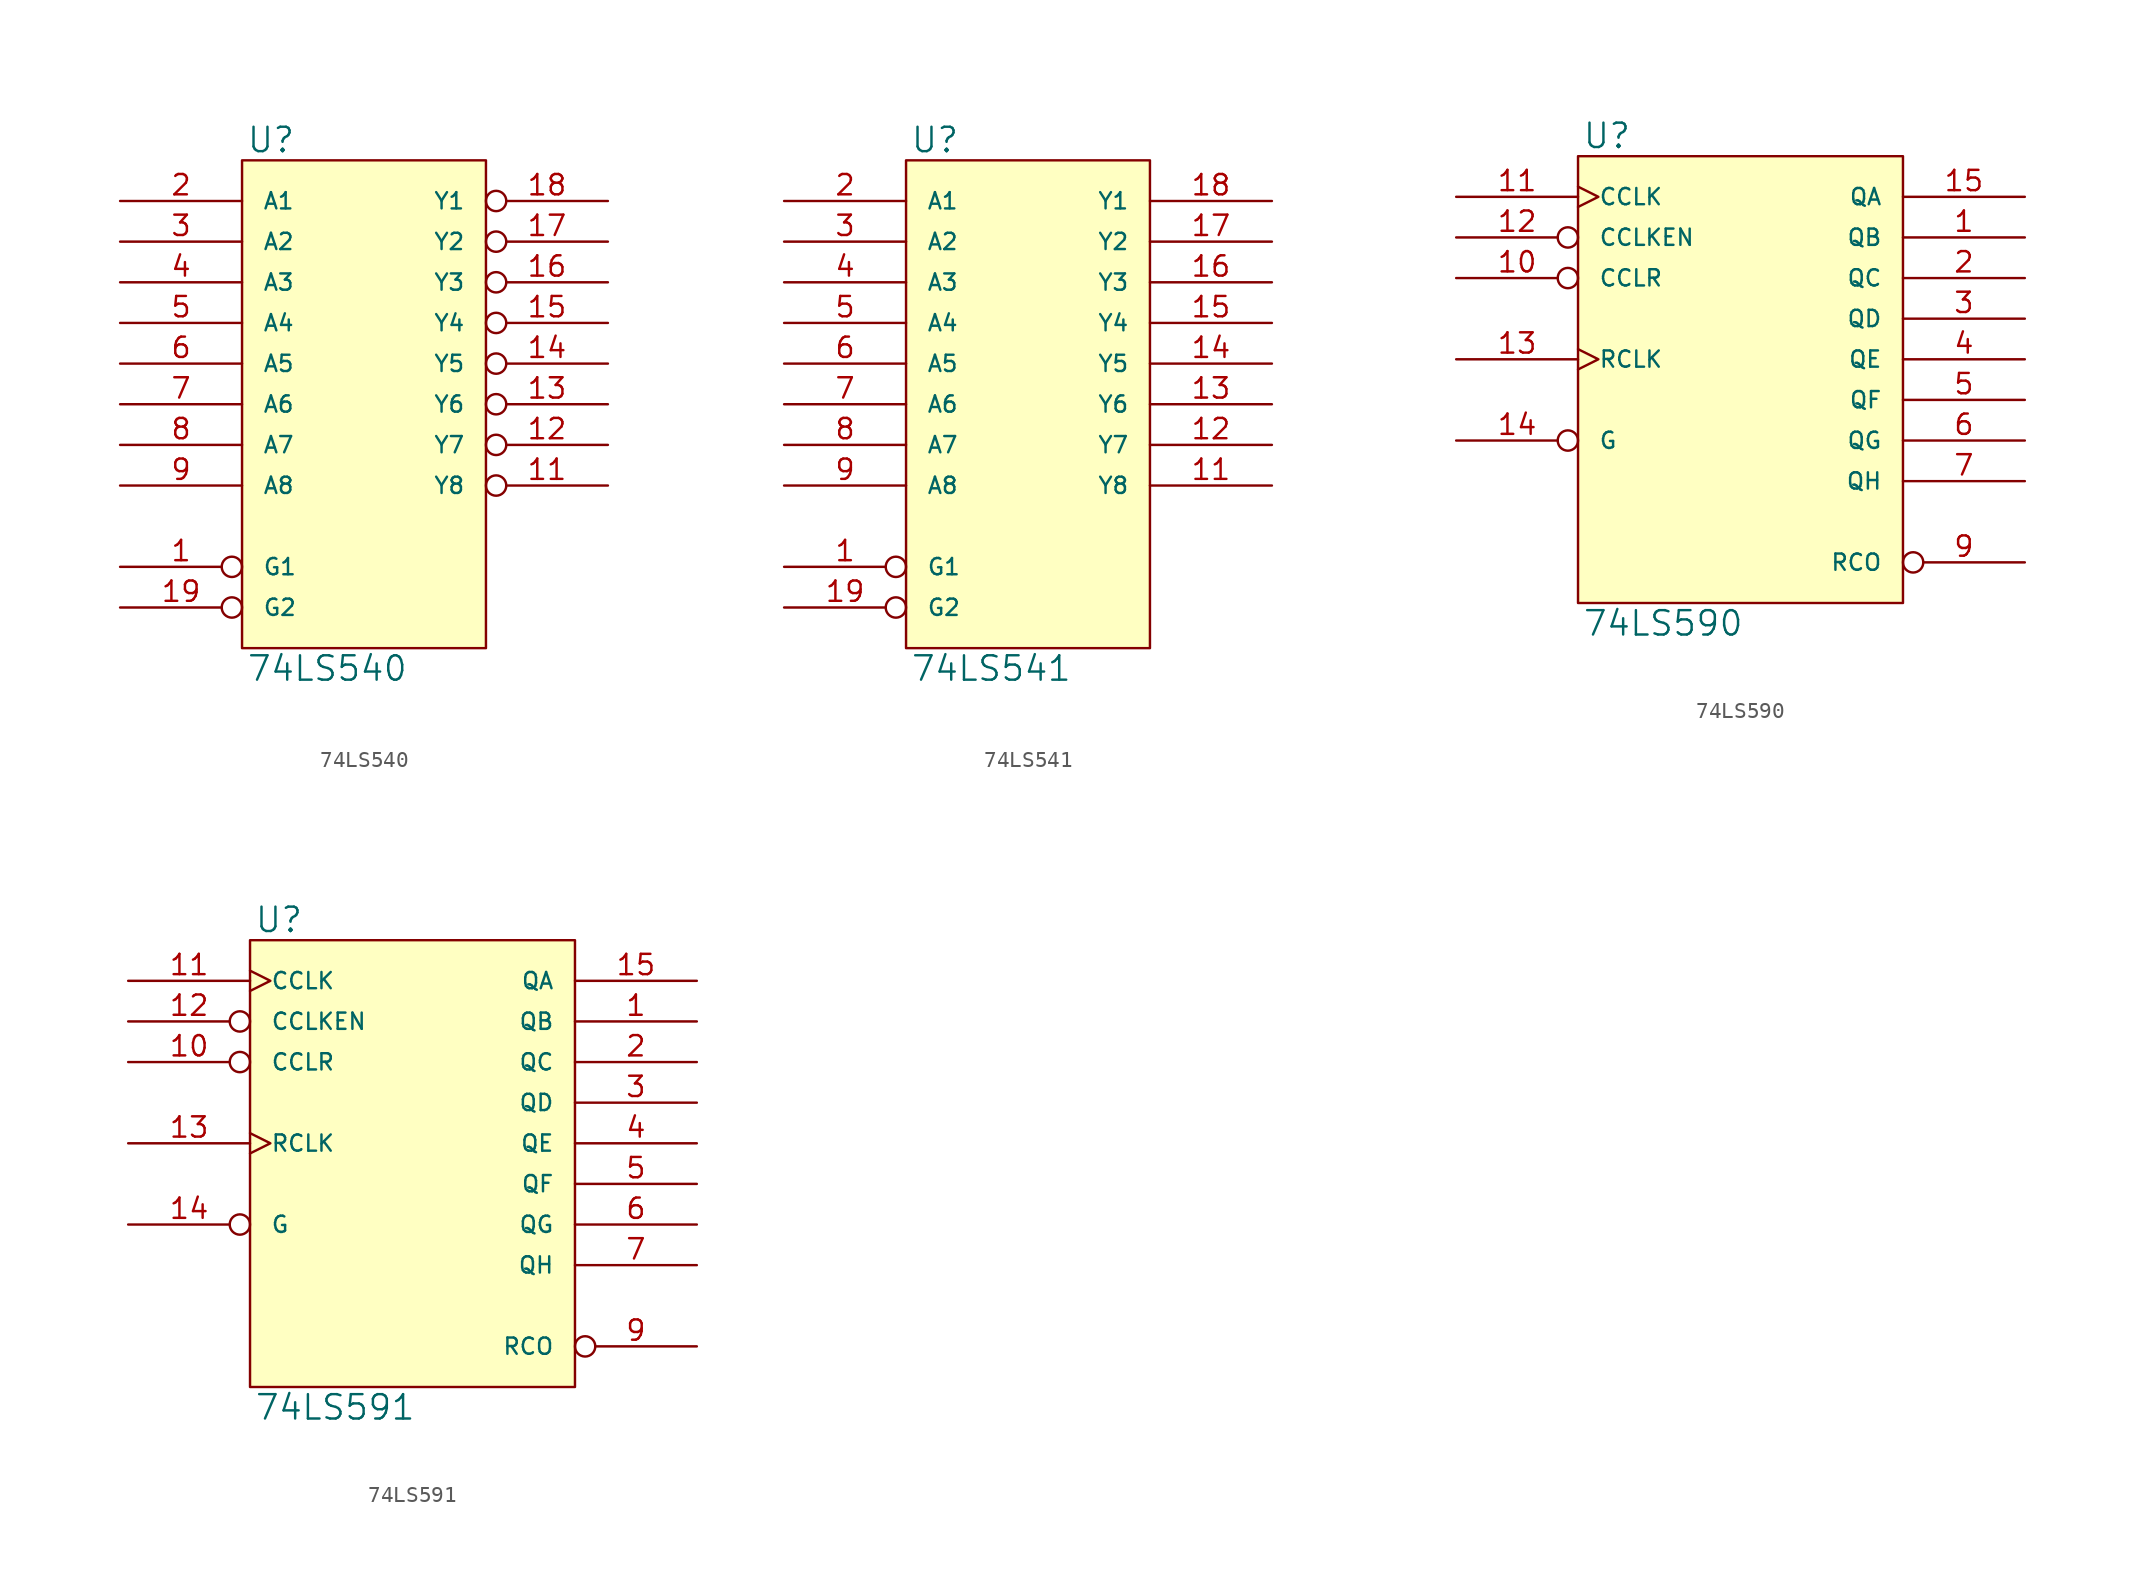
<source format=kicad_sym>
(kicad_symbol_lib
  (version 20231120)
  (generator "kicad_symbol_editor")
  (generator_version "8.0")
  (symbol "74LS540"
    (pin_names
      (offset 1.27))
    (property "Reference" "U"
      (at 0.254 0.381 0)
      (effects (font (size 1.524 1.524)) (justify left bottom)))
    (property "Value" "74LS540"
      (at 0.254 -30.861 0)
      (effects (font (size 1.524 1.524)) (justify left top)))
    (symbol "74LS540_0_1"
      (rectangle (start 0 0) (end 15.24 -30.48) (stroke (width 0) (type solid)) (fill (type background))))
    (symbol "74LS540_1_1"
      (pin input inverted (at -7.62 -25.4 0) (length 7.62) (name "G1" (effects (font (size 1.016 1.016)))) (number "1" (effects (font (size 1.27 1.27)))))
      (pin power_in line (at 0 -30.48 90) (length 0) hide (name "GND" (effects (font (size 1.016 1.016)))) (number "10" (effects (font (size 1.27 1.27)))))
      (pin tri_state inverted (at 22.86 -20.32 180) (length 7.62) (name "Y8" (effects (font (size 1.016 1.016)))) (number "11" (effects (font (size 1.27 1.27)))))
      (pin tri_state inverted (at 22.86 -17.78 180) (length 7.62) (name "Y7" (effects (font (size 1.016 1.016)))) (number "12" (effects (font (size 1.27 1.27)))))
      (pin tri_state inverted (at 22.86 -15.24 180) (length 7.62) (name "Y6" (effects (font (size 1.016 1.016)))) (number "13" (effects (font (size 1.27 1.27)))))
      (pin tri_state inverted (at 22.86 -12.7 180) (length 7.62) (name "Y5" (effects (font (size 1.016 1.016)))) (number "14" (effects (font (size 1.27 1.27)))))
      (pin tri_state inverted (at 22.86 -10.16 180) (length 7.62) (name "Y4" (effects (font (size 1.016 1.016)))) (number "15" (effects (font (size 1.27 1.27)))))
      (pin tri_state inverted (at 22.86 -7.62 180) (length 7.62) (name "Y3" (effects (font (size 1.016 1.016)))) (number "16" (effects (font (size 1.27 1.27)))))
      (pin tri_state inverted (at 22.86 -5.08 180) (length 7.62) (name "Y2" (effects (font (size 1.016 1.016)))) (number "17" (effects (font (size 1.27 1.27)))))
      (pin tri_state inverted (at 22.86 -2.54 180) (length 7.62) (name "Y1" (effects (font (size 1.016 1.016)))) (number "18" (effects (font (size 1.27 1.27)))))
      (pin input inverted (at -7.62 -27.94 0) (length 7.62) (name "G2" (effects (font (size 1.016 1.016)))) (number "19" (effects (font (size 1.27 1.27)))))
      (pin input line (at -7.62 -2.54 0) (length 7.62) (name "A1" (effects (font (size 1.016 1.016)))) (number "2" (effects (font (size 1.27 1.27)))))
      (pin power_in line (at 0 0 270) (length 0) hide (name "VCC" (effects (font (size 1.016 1.016)))) (number "20" (effects (font (size 1.27 1.27)))))
      (pin input line (at -7.62 -5.08 0) (length 7.62) (name "A2" (effects (font (size 1.016 1.016)))) (number "3" (effects (font (size 1.27 1.27)))))
      (pin input line (at -7.62 -7.62 0) (length 7.62) (name "A3" (effects (font (size 1.016 1.016)))) (number "4" (effects (font (size 1.27 1.27)))))
      (pin input line (at -7.62 -10.16 0) (length 7.62) (name "A4" (effects (font (size 1.016 1.016)))) (number "5" (effects (font (size 1.27 1.27)))))
      (pin input line (at -7.62 -12.7 0) (length 7.62) (name "A5" (effects (font (size 1.016 1.016)))) (number "6" (effects (font (size 1.27 1.27)))))
      (pin input line (at -7.62 -15.24 0) (length 7.62) (name "A6" (effects (font (size 1.016 1.016)))) (number "7" (effects (font (size 1.27 1.27)))))
      (pin input line (at -7.62 -17.78 0) (length 7.62) (name "A7" (effects (font (size 1.016 1.016)))) (number "8" (effects (font (size 1.27 1.27)))))
      (pin input line (at -7.62 -20.32 0) (length 7.62) (name "A8" (effects (font (size 1.016 1.016)))) (number "9" (effects (font (size 1.27 1.27)))))))
  (symbol "74LS541"
    (pin_names
      (offset 1.27))
    (property "Reference" "U"
      (at 0.254 0.381 0)
      (effects (font (size 1.524 1.524)) (justify left bottom)))
    (property "Value" "74LS541"
      (at 0.254 -30.861 0)
      (effects (font (size 1.524 1.524)) (justify left top)))
    (symbol "74LS541_0_1"
      (rectangle (start 0 0) (end 15.24 -30.48) (stroke (width 0) (type solid)) (fill (type background))))
    (symbol "74LS541_1_1"
      (pin input inverted (at -7.62 -25.4 0) (length 7.62) (name "G1" (effects (font (size 1.016 1.016)))) (number "1" (effects (font (size 1.27 1.27)))))
      (pin power_in line (at 0 -30.48 90) (length 0) hide (name "GND" (effects (font (size 1.016 1.016)))) (number "10" (effects (font (size 1.27 1.27)))))
      (pin tri_state line (at 22.86 -20.32 180) (length 7.62) (name "Y8" (effects (font (size 1.016 1.016)))) (number "11" (effects (font (size 1.27 1.27)))))
      (pin tri_state line (at 22.86 -17.78 180) (length 7.62) (name "Y7" (effects (font (size 1.016 1.016)))) (number "12" (effects (font (size 1.27 1.27)))))
      (pin tri_state line (at 22.86 -15.24 180) (length 7.62) (name "Y6" (effects (font (size 1.016 1.016)))) (number "13" (effects (font (size 1.27 1.27)))))
      (pin tri_state line (at 22.86 -12.7 180) (length 7.62) (name "Y5" (effects (font (size 1.016 1.016)))) (number "14" (effects (font (size 1.27 1.27)))))
      (pin tri_state line (at 22.86 -10.16 180) (length 7.62) (name "Y4" (effects (font (size 1.016 1.016)))) (number "15" (effects (font (size 1.27 1.27)))))
      (pin tri_state line (at 22.86 -7.62 180) (length 7.62) (name "Y3" (effects (font (size 1.016 1.016)))) (number "16" (effects (font (size 1.27 1.27)))))
      (pin tri_state line (at 22.86 -5.08 180) (length 7.62) (name "Y2" (effects (font (size 1.016 1.016)))) (number "17" (effects (font (size 1.27 1.27)))))
      (pin tri_state line (at 22.86 -2.54 180) (length 7.62) (name "Y1" (effects (font (size 1.016 1.016)))) (number "18" (effects (font (size 1.27 1.27)))))
      (pin input inverted (at -7.62 -27.94 0) (length 7.62) (name "G2" (effects (font (size 1.016 1.016)))) (number "19" (effects (font (size 1.27 1.27)))))
      (pin input line (at -7.62 -2.54 0) (length 7.62) (name "A1" (effects (font (size 1.016 1.016)))) (number "2" (effects (font (size 1.27 1.27)))))
      (pin power_in line (at 0 0 270) (length 0) hide (name "VCC" (effects (font (size 1.016 1.016)))) (number "20" (effects (font (size 1.27 1.27)))))
      (pin input line (at -7.62 -5.08 0) (length 7.62) (name "A2" (effects (font (size 1.016 1.016)))) (number "3" (effects (font (size 1.27 1.27)))))
      (pin input line (at -7.62 -7.62 0) (length 7.62) (name "A3" (effects (font (size 1.016 1.016)))) (number "4" (effects (font (size 1.27 1.27)))))
      (pin input line (at -7.62 -10.16 0) (length 7.62) (name "A4" (effects (font (size 1.016 1.016)))) (number "5" (effects (font (size 1.27 1.27)))))
      (pin input line (at -7.62 -12.7 0) (length 7.62) (name "A5" (effects (font (size 1.016 1.016)))) (number "6" (effects (font (size 1.27 1.27)))))
      (pin input line (at -7.62 -15.24 0) (length 7.62) (name "A6" (effects (font (size 1.016 1.016)))) (number "7" (effects (font (size 1.27 1.27)))))
      (pin input line (at -7.62 -17.78 0) (length 7.62) (name "A7" (effects (font (size 1.016 1.016)))) (number "8" (effects (font (size 1.27 1.27)))))
      (pin input line (at -7.62 -20.32 0) (length 7.62) (name "A8" (effects (font (size 1.016 1.016)))) (number "9" (effects (font (size 1.27 1.27)))))))
  (symbol "74LS590"
    (pin_names
      (offset 1.27))
    (property "Reference" "U"
      (at 0.254 0.381 0)
      (effects (font (size 1.524 1.524)) (justify left bottom)))
    (property "Value" "74LS590"
      (at 0.254 -28.321 0)
      (effects (font (size 1.524 1.524)) (justify left top)))
    (symbol "74LS590_0_1"
      (rectangle (start 0 0) (end 20.32 -27.94) (stroke (width 0) (type solid)) (fill (type background))))
    (symbol "74LS590_1_1"
      (pin tri_state line (at 27.94 -5.08 180) (length 7.62) (name "QB" (effects (font (size 1.016 1.016)))) (number "1" (effects (font (size 1.27 1.27)))))
      (pin input inverted (at -7.62 -7.62 0) (length 7.62) (name "CCLR" (effects (font (size 1.016 1.016)))) (number "10" (effects (font (size 1.27 1.27)))))
      (pin input clock (at -7.62 -2.54 0) (length 7.62) (name "CCLK" (effects (font (size 1.016 1.016)))) (number "11" (effects (font (size 1.27 1.27)))))
      (pin input inverted (at -7.62 -5.08 0) (length 7.62) (name "CCLKEN" (effects (font (size 1.016 1.016)))) (number "12" (effects (font (size 1.27 1.27)))))
      (pin input clock (at -7.62 -12.7 0) (length 7.62) (name "RCLK" (effects (font (size 1.016 1.016)))) (number "13" (effects (font (size 1.27 1.27)))))
      (pin input inverted (at -7.62 -17.78 0) (length 7.62) (name "G" (effects (font (size 1.016 1.016)))) (number "14" (effects (font (size 1.27 1.27)))))
      (pin tri_state line (at 27.94 -2.54 180) (length 7.62) (name "QA" (effects (font (size 1.016 1.016)))) (number "15" (effects (font (size 1.27 1.27)))))
      (pin power_in line (at 0 0 270) (length 0) hide (name "VCC" (effects (font (size 1.016 1.016)))) (number "16" (effects (font (size 1.27 1.27)))))
      (pin tri_state line (at 27.94 -7.62 180) (length 7.62) (name "QC" (effects (font (size 1.016 1.016)))) (number "2" (effects (font (size 1.27 1.27)))))
      (pin tri_state line (at 27.94 -10.16 180) (length 7.62) (name "QD" (effects (font (size 1.016 1.016)))) (number "3" (effects (font (size 1.27 1.27)))))
      (pin tri_state line (at 27.94 -12.7 180) (length 7.62) (name "QE" (effects (font (size 1.016 1.016)))) (number "4" (effects (font (size 1.27 1.27)))))
      (pin tri_state line (at 27.94 -15.24 180) (length 7.62) (name "QF" (effects (font (size 1.016 1.016)))) (number "5" (effects (font (size 1.27 1.27)))))
      (pin tri_state line (at 27.94 -17.78 180) (length 7.62) (name "QG" (effects (font (size 1.016 1.016)))) (number "6" (effects (font (size 1.27 1.27)))))
      (pin tri_state line (at 27.94 -20.32 180) (length 7.62) (name "QH" (effects (font (size 1.016 1.016)))) (number "7" (effects (font (size 1.27 1.27)))))
      (pin power_in line (at 0 -27.94 90) (length 0) hide (name "GND" (effects (font (size 1.016 1.016)))) (number "8" (effects (font (size 1.27 1.27)))))
      (pin output inverted (at 27.94 -25.4 180) (length 7.62) (name "RCO" (effects (font (size 1.016 1.016)))) (number "9" (effects (font (size 1.27 1.27)))))))
  (symbol "74LS591"
    (pin_names
      (offset 1.27))
    (property "Reference" "U"
      (at 0.254 0.381 0)
      (effects (font (size 1.524 1.524)) (justify left bottom)))
    (property "Value" "74LS591"
      (at 0.254 -28.321 0)
      (effects (font (size 1.524 1.524)) (justify left top)))
    (symbol "74LS591_0_1"
      (rectangle (start 0 0) (end 20.32 -27.94) (stroke (width 0) (type solid)) (fill (type background))))
    (symbol "74LS591_1_1"
      (pin open_collector line (at 27.94 -5.08 180) (length 7.62) (name "QB" (effects (font (size 1.016 1.016)))) (number "1" (effects (font (size 1.27 1.27)))))
      (pin input inverted (at -7.62 -7.62 0) (length 7.62) (name "CCLR" (effects (font (size 1.016 1.016)))) (number "10" (effects (font (size 1.27 1.27)))))
      (pin input clock (at -7.62 -2.54 0) (length 7.62) (name "CCLK" (effects (font (size 1.016 1.016)))) (number "11" (effects (font (size 1.27 1.27)))))
      (pin input inverted (at -7.62 -5.08 0) (length 7.62) (name "CCLKEN" (effects (font (size 1.016 1.016)))) (number "12" (effects (font (size 1.27 1.27)))))
      (pin input clock (at -7.62 -12.7 0) (length 7.62) (name "RCLK" (effects (font (size 1.016 1.016)))) (number "13" (effects (font (size 1.27 1.27)))))
      (pin input inverted (at -7.62 -17.78 0) (length 7.62) (name "G" (effects (font (size 1.016 1.016)))) (number "14" (effects (font (size 1.27 1.27)))))
      (pin open_collector line (at 27.94 -2.54 180) (length 7.62) (name "QA" (effects (font (size 1.016 1.016)))) (number "15" (effects (font (size 1.27 1.27)))))
      (pin power_in line (at 0 0 270) (length 0) hide (name "VCC" (effects (font (size 1.016 1.016)))) (number "16" (effects (font (size 1.27 1.27)))))
      (pin open_collector line (at 27.94 -7.62 180) (length 7.62) (name "QC" (effects (font (size 1.016 1.016)))) (number "2" (effects (font (size 1.27 1.27)))))
      (pin open_collector line (at 27.94 -10.16 180) (length 7.62) (name "QD" (effects (font (size 1.016 1.016)))) (number "3" (effects (font (size 1.27 1.27)))))
      (pin open_collector line (at 27.94 -12.7 180) (length 7.62) (name "QE" (effects (font (size 1.016 1.016)))) (number "4" (effects (font (size 1.27 1.27)))))
      (pin open_collector line (at 27.94 -15.24 180) (length 7.62) (name "QF" (effects (font (size 1.016 1.016)))) (number "5" (effects (font (size 1.27 1.27)))))
      (pin open_collector line (at 27.94 -17.78 180) (length 7.62) (name "QG" (effects (font (size 1.016 1.016)))) (number "6" (effects (font (size 1.27 1.27)))))
      (pin open_collector line (at 27.94 -20.32 180) (length 7.62) (name "QH" (effects (font (size 1.016 1.016)))) (number "7" (effects (font (size 1.27 1.27)))))
      (pin power_in line (at 0 -27.94 90) (length 0) hide (name "GND" (effects (font (size 1.016 1.016)))) (number "8" (effects (font (size 1.27 1.27)))))
      (pin output inverted (at 27.94 -25.4 180) (length 7.62) (name "RCO" (effects (font (size 1.016 1.016)))) (number "9" (effects (font (size 1.27 1.27))))))))
</source>
